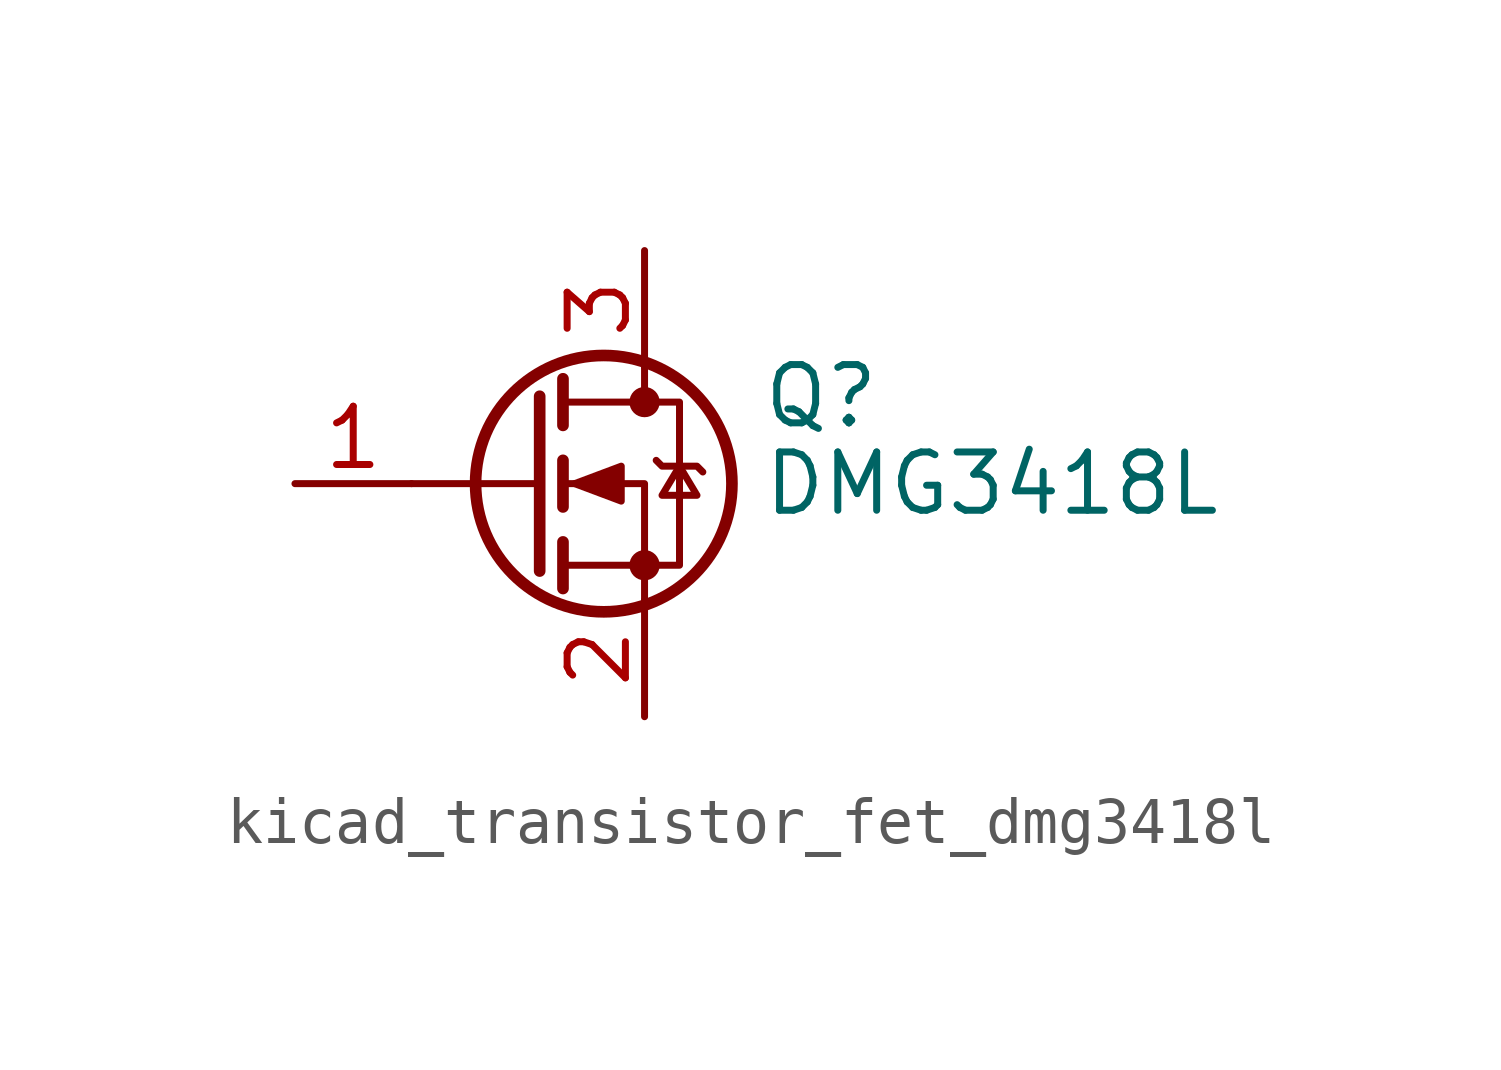
<source format=kicad_sym>
(kicad_symbol_lib
  (version 20220914)
  (generator kicad_symbol_editor)
  (symbol "kicad_transistor_fet_dmg3418l"
    (pin_names hide)
    (property "Reference" "Q"
      (at 5.08 1.905 0)
      (effects (font (size 1.27 1.27)) (justify left)))
    (property "Value" "DMG3418L"
      (at 5.08 0 0)
      (effects (font (size 1.27 1.27)) (justify left)))
    (symbol "kicad_transistor_fet_dmg3418l_0_1"
      (polyline (pts (xy 0.254 0) (xy -2.54 0)) (stroke (width 0) (type default)) (fill (type none)))
      (polyline (pts (xy 0.254 1.905) (xy 0.254 -1.905)) (stroke (width 0.254) (type default)) (fill (type none)))
      (polyline (pts (xy 0.762 -1.27) (xy 0.762 -2.286)) (stroke (width 0.254) (type default)) (fill (type none)))
      (polyline (pts (xy 0.762 0.508) (xy 0.762 -0.508)) (stroke (width 0.254) (type default)) (fill (type none)))
      (polyline (pts (xy 0.762 2.286) (xy 0.762 1.27)) (stroke (width 0.254) (type default)) (fill (type none)))
      (polyline (pts (xy 2.54 2.54) (xy 2.54 1.778)) (stroke (width 0) (type default)) (fill (type none)))
      (polyline (pts (xy 2.54 -2.54) (xy 2.54 0) (xy 0.762 0)) (stroke (width 0) (type default)) (fill (type none)))
      (polyline (pts (xy 0.762 -1.778) (xy 3.302 -1.778) (xy 3.302 1.778) (xy 0.762 1.778)) (stroke (width 0) (type default)) (fill (type none)))
      (polyline (pts (xy 1.016 0) (xy 2.032 0.381) (xy 2.032 -0.381) (xy 1.016 0)) (stroke (width 0) (type default)) (fill (type outline)))
      (polyline (pts (xy 2.794 0.508) (xy 2.921 0.381) (xy 3.683 0.381) (xy 3.81 0.254)) (stroke (width 0) (type default)) (fill (type none)))
      (polyline (pts (xy 3.302 0.381) (xy 2.921 -0.254) (xy 3.683 -0.254) (xy 3.302 0.381)) (stroke (width 0) (type default)) (fill (type none)))
      (circle (center 1.651 0) (radius 2.794) (stroke (width 0.254) (type default)) (fill (type none)))
      (circle (center 2.54 -1.778) (radius 0.254) (stroke (width 0) (type default)) (fill (type outline)))
      (circle (center 2.54 1.778) (radius 0.254) (stroke (width 0) (type default)) (fill (type outline))))
    (symbol "kicad_transistor_fet_dmg3418l_1_1"
      (pin input line (at -5.08 0 0) (length 2.54) (name "G" (effects (font (size 1.27 1.27)))) (number "1" (effects (font (size 1.27 1.27)))))
      (pin passive line (at 2.54 -5.08 90) (length 2.54) (name "S" (effects (font (size 1.27 1.27)))) (number "2" (effects (font (size 1.27 1.27)))))
      (pin passive line (at 2.54 5.08 270) (length 2.54) (name "D" (effects (font (size 1.27 1.27)))) (number "3" (effects (font (size 1.27 1.27))))))))
</source>
